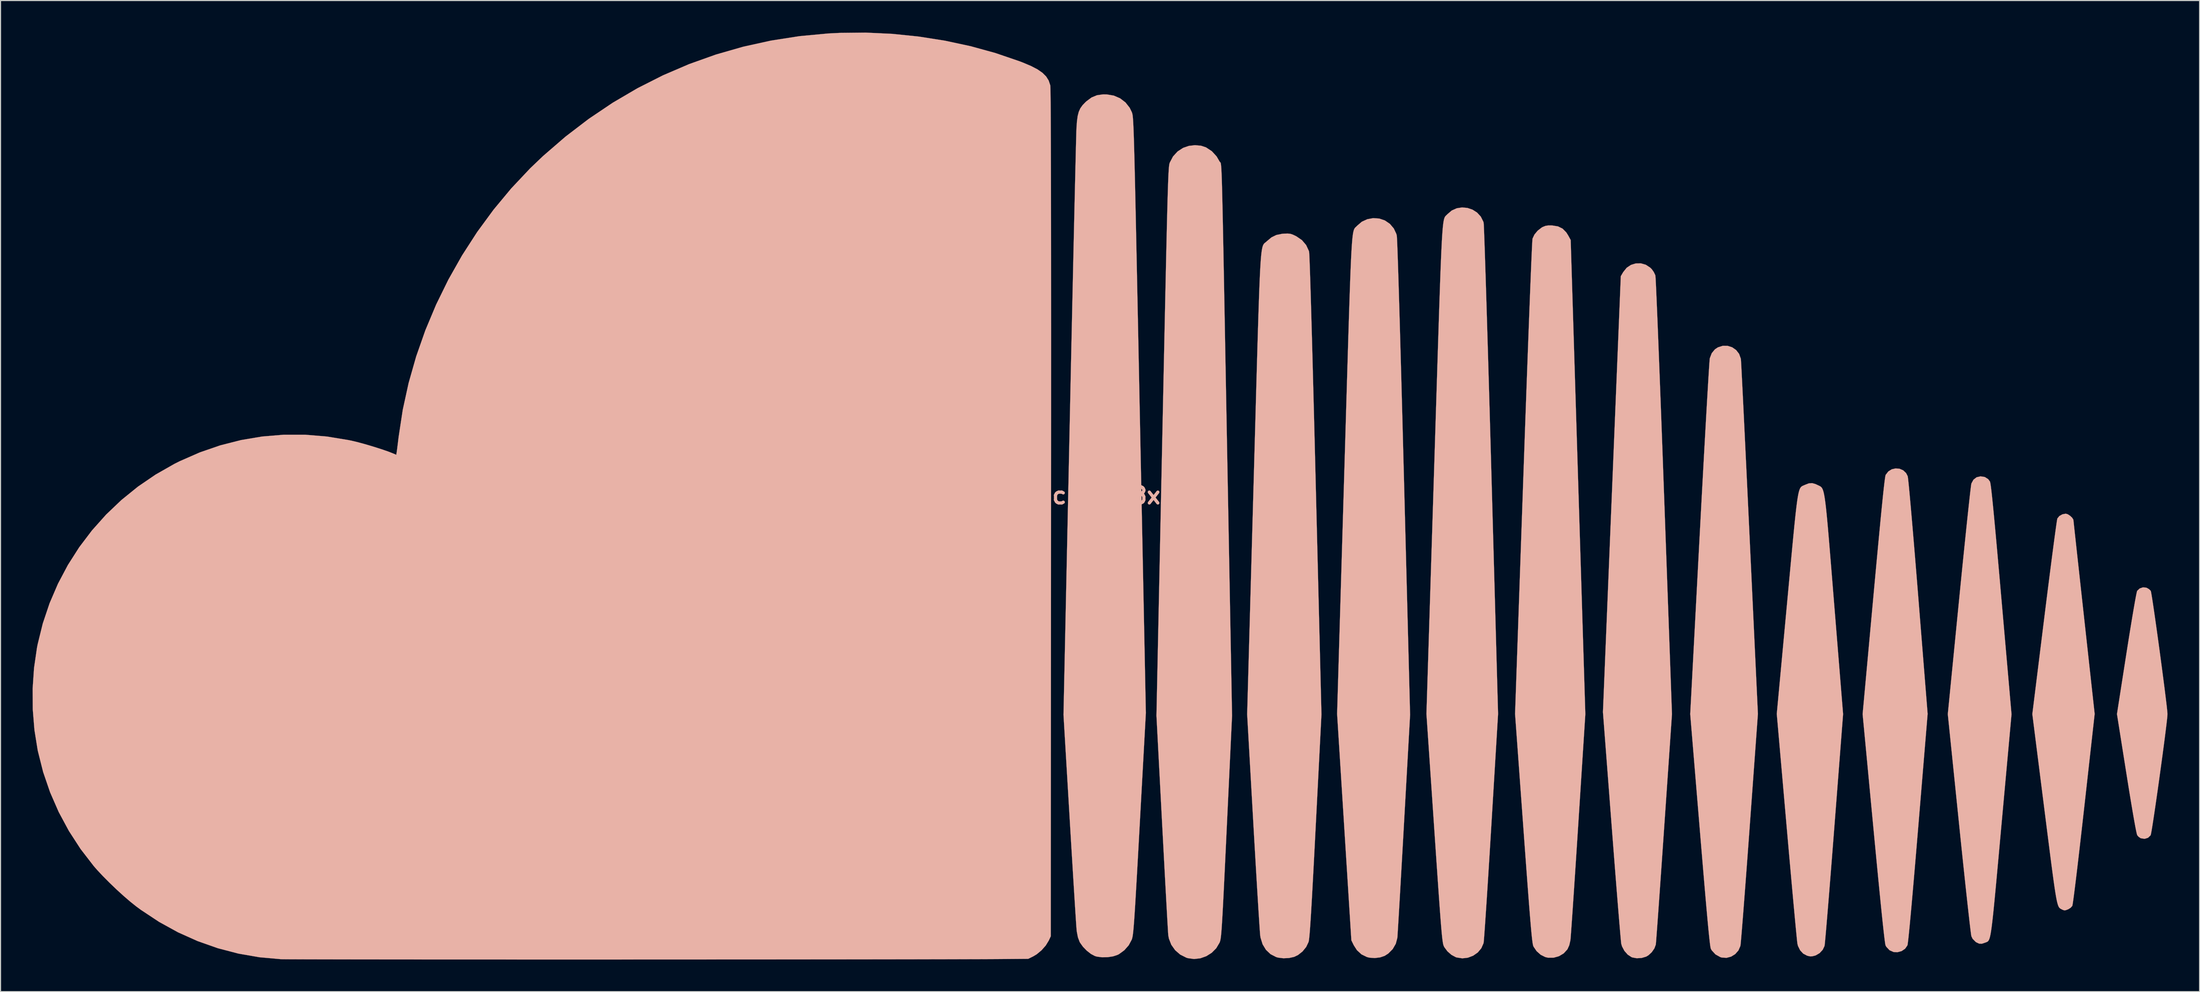
<source format=kicad_pcb>
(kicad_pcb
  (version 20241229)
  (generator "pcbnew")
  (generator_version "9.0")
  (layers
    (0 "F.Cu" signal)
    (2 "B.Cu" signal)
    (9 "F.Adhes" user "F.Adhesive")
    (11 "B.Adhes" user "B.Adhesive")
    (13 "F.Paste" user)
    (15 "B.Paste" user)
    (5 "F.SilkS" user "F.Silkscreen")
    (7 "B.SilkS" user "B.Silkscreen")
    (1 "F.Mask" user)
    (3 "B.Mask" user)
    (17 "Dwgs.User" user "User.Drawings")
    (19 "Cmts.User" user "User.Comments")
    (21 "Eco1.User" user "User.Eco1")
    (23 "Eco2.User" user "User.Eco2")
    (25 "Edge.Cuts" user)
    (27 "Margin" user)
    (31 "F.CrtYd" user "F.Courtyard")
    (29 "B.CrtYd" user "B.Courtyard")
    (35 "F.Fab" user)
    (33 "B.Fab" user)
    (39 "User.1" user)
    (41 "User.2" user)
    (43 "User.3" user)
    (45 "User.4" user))
  (footprint "soundcloud_8x20_B"
    (layer "F.Cu")
    (at 99.917 43.37)
    (property "Reference" "soundcloud_8x20_B" (at 0 0 0) (layer "B.SilkS") (effects (font (size 1.524 1.524) (thickness 0.3))))
    (attr through_hole)
    (fp_poly (pts (xy 74.833 -2.514) (xy 75.171 -2.367) (xy 75.443 -2.109) (xy 75.591 -1.818) (xy 75.613 -1.688) (xy 75.647 -1.399) (xy 75.693 -0.957) (xy 75.749 -0.372) (xy 75.815 0.349) (xy 75.891 1.196) (xy 75.975 2.161) (xy 76.067 3.236) (xy 76.166 4.413) (xy 76.272 5.683) (xy 76.383 7.037) (xy 76.499 8.467) (xy 76.58 9.481) (xy 77.458 20.444) (xy 76.57 31.151) (xy 76.425 32.878) (xy 76.291 34.468) (xy 76.167 35.916) (xy 76.054 37.221) (xy 75.952 38.38) (xy 75.86 39.388) (xy 75.78 40.244) (xy 75.711 40.945) (xy 75.655 41.487) (xy 75.61 41.868) (xy 75.578 42.085) (xy 75.566 42.131) (xy 75.351 42.442) (xy 75.026 42.663) (xy 74.637 42.77) (xy 74.27 42.752) (xy 73.895 42.588) (xy 73.601 42.278) (xy 73.522 42.144) (xy 73.495 42.032) (xy 73.456 41.775) (xy 73.405 41.371) (xy 73.341 40.819) (xy 73.264 40.115) (xy 73.174 39.257) (xy 73.071 38.244) (xy 72.954 37.073) (xy 72.823 35.741) (xy 72.679 34.247) (xy 72.52 32.588) (xy 72.387 31.19) (xy 71.373 20.469) (xy 72.387 9.388) (xy 72.546 7.654) (xy 72.692 6.083) (xy 72.824 4.671) (xy 72.943 3.411) (xy 73.049 2.299) (xy 73.144 1.329) (xy 73.228 0.496) (xy 73.3 -0.205) (xy 73.363 -0.78) (xy 73.416 -1.234) (xy 73.46 -1.572) (xy 73.495 -1.8) (xy 73.522 -1.922) (xy 73.529 -1.94) (xy 73.777 -2.262) (xy 74.1 -2.463) (xy 74.464 -2.546) (xy 74.833 -2.514)) (stroke (width 0.01) (type solid)) (fill yes) (layer "B.SilkS"))
    (fp_poly (pts (xy 51.081 -21.621) (xy 51.497 -21.348) (xy 51.642 -21.202) (xy 51.823 -20.946) (xy 51.957 -20.669) (xy 51.976 -20.611) (xy 51.987 -20.499) (xy 52.003 -20.226) (xy 52.025 -19.798) (xy 52.052 -19.224) (xy 52.083 -18.51) (xy 52.119 -17.664) (xy 52.16 -16.693) (xy 52.204 -15.606) (xy 52.251 -14.409) (xy 52.302 -13.109) (xy 52.356 -11.715) (xy 52.413 -10.233) (xy 52.472 -8.672) (xy 52.534 -7.038) (xy 52.597 -5.339) (xy 52.662 -3.582) (xy 52.727 -1.776) (xy 52.794 0.074) (xy 52.795 0.083) (xy 53.529 20.47) (xy 52.796 31.126) (xy 52.704 32.459) (xy 52.615 33.748) (xy 52.529 34.983) (xy 52.447 36.153) (xy 52.37 37.249) (xy 52.298 38.258) (xy 52.233 39.172) (xy 52.175 39.98) (xy 52.124 40.67) (xy 52.082 41.234) (xy 52.05 41.66) (xy 52.027 41.938) (xy 52.015 42.058) (xy 52.015 42.059) (xy 51.883 42.416) (xy 51.637 42.769) (xy 51.324 43.059) (xy 51.112 43.185) (xy 50.688 43.31) (xy 50.232 43.336) (xy 49.818 43.261) (xy 49.742 43.232) (xy 49.382 42.995) (xy 49.072 42.641) (xy 48.851 42.225) (xy 48.781 41.982) (xy 48.764 41.842) (xy 48.735 41.543) (xy 48.695 41.097) (xy 48.645 40.514) (xy 48.585 39.805) (xy 48.517 38.981) (xy 48.441 38.051) (xy 48.359 37.027) (xy 48.271 35.92) (xy 48.178 34.739) (xy 48.081 33.496) (xy 47.981 32.202) (xy 47.881 30.903) (xy 47.067 20.278) (xy 48.738 -20.55) (xy 48.967 -20.941) (xy 49.289 -21.34) (xy 49.693 -21.61) (xy 50.147 -21.749) (xy 50.62 -21.754) (xy 51.081 -21.621)) (stroke (width 0.01) (type solid)) (fill yes) (layer "B.SilkS"))
    (fp_poly (pts (xy 97.938 8.628) (xy 97.966 8.639) (xy 98.186 8.769) (xy 98.342 8.924) (xy 98.369 9.032) (xy 98.416 9.291) (xy 98.48 9.685) (xy 98.558 10.195) (xy 98.648 10.806) (xy 98.748 11.5) (xy 98.856 12.261) (xy 98.969 13.071) (xy 99.085 13.914) (xy 99.202 14.773) (xy 99.317 15.63) (xy 99.428 16.47) (xy 99.533 17.274) (xy 99.63 18.026) (xy 99.715 18.709) (xy 99.788 19.307) (xy 99.846 19.801) (xy 99.885 20.177) (xy 99.905 20.415) (xy 99.907 20.468) (xy 99.895 20.654) (xy 99.863 20.983) (xy 99.811 21.437) (xy 99.742 22) (xy 99.66 22.654) (xy 99.565 23.382) (xy 99.461 24.167) (xy 99.349 24.992) (xy 99.233 25.84) (xy 99.115 26.693) (xy 98.997 27.535) (xy 98.88 28.349) (xy 98.769 29.117) (xy 98.665 29.823) (xy 98.57 30.448) (xy 98.487 30.977) (xy 98.419 31.392) (xy 98.367 31.675) (xy 98.333 31.811) (xy 98.33 31.817) (xy 98.086 32.053) (xy 97.769 32.15) (xy 97.418 32.098) (xy 97.393 32.088) (xy 97.204 31.959) (xy 97.078 31.816) (xy 97.037 31.689) (xy 96.973 31.401) (xy 96.886 30.957) (xy 96.779 30.364) (xy 96.651 29.628) (xy 96.504 28.755) (xy 96.338 27.75) (xy 96.156 26.62) (xy 96.064 26.041) (xy 95.179 20.462) (xy 96.065 14.782) (xy 96.222 13.784) (xy 96.373 12.843) (xy 96.515 11.971) (xy 96.646 11.183) (xy 96.764 10.491) (xy 96.866 9.908) (xy 96.951 9.448) (xy 97.016 9.124) (xy 97.058 8.949) (xy 97.068 8.924) (xy 97.307 8.699) (xy 97.617 8.593) (xy 97.938 8.628)) (stroke (width 0.01) (type solid)) (fill yes) (layer "B.SilkS"))
    (fp_poly (pts (xy 90.579 1.752) (xy 90.8 1.897) (xy 90.992 2.082) (xy 91.099 2.26) (xy 91.106 2.301) (xy 91.115 2.398) (xy 91.142 2.653) (xy 91.185 3.055) (xy 91.243 3.591) (xy 91.315 4.251) (xy 91.399 5.025) (xy 91.495 5.9) (xy 91.601 6.866) (xy 91.715 7.912) (xy 91.837 9.026) (xy 91.966 10.199) (xy 92.1 11.417) (xy 92.101 11.43) (xy 93.092 20.447) (xy 92.1 29.337) (xy 91.951 30.659) (xy 91.809 31.91) (xy 91.675 33.079) (xy 91.549 34.157) (xy 91.434 35.136) (xy 91.329 36.006) (xy 91.236 36.758) (xy 91.157 37.382) (xy 91.091 37.87) (xy 91.041 38.212) (xy 91.008 38.399) (xy 90.999 38.43) (xy 90.844 38.606) (xy 90.623 38.746) (xy 90.617 38.748) (xy 90.395 38.833) (xy 90.249 38.851) (xy 90.1 38.801) (xy 90.009 38.755) (xy 89.936 38.718) (xy 89.87 38.68) (xy 89.81 38.631) (xy 89.754 38.563) (xy 89.701 38.465) (xy 89.649 38.329) (xy 89.596 38.143) (xy 89.54 37.9) (xy 89.48 37.59) (xy 89.415 37.202) (xy 89.342 36.728) (xy 89.26 36.158) (xy 89.168 35.482) (xy 89.063 34.692) (xy 88.944 33.777) (xy 88.81 32.728) (xy 88.658 31.535) (xy 88.488 30.19) (xy 88.381 29.346) (xy 87.257 20.465) (xy 88.381 11.408) (xy 88.533 10.185) (xy 88.681 9.006) (xy 88.824 7.884) (xy 88.959 6.828) (xy 89.085 5.851) (xy 89.201 4.964) (xy 89.305 4.177) (xy 89.396 3.502) (xy 89.473 2.95) (xy 89.533 2.532) (xy 89.576 2.26) (xy 89.6 2.144) (xy 89.6 2.143) (xy 89.785 1.916) (xy 90.071 1.754) (xy 90.384 1.693) (xy 90.579 1.752)) (stroke (width 0.01) (type solid)) (fill yes) (layer "B.SilkS"))
    (fp_poly (pts (xy 42.305 -25.302) (xy 42.336 -25.301) (xy 42.869 -25.211) (xy 43.294 -25) (xy 43.638 -24.65) (xy 43.814 -24.37) (xy 44.049 -23.94) (xy 44.734 -1.735) (xy 45.42 20.47) (xy 44.758 30.788) (xy 44.673 32.105) (xy 44.59 33.383) (xy 44.51 34.609) (xy 44.433 35.773) (xy 44.361 36.865) (xy 44.293 37.872) (xy 44.232 38.785) (xy 44.176 39.592) (xy 44.128 40.282) (xy 44.088 40.845) (xy 44.056 41.268) (xy 44.034 41.542) (xy 44.024 41.644) (xy 43.917 42.118) (xy 43.745 42.495) (xy 43.737 42.507) (xy 43.394 42.88) (xy 42.953 43.144) (xy 42.454 43.285) (xy 41.939 43.288) (xy 41.666 43.225) (xy 41.237 43.009) (xy 40.857 42.671) (xy 40.576 42.258) (xy 40.552 42.206) (xy 40.528 42.133) (xy 40.502 42.015) (xy 40.474 41.844) (xy 40.444 41.612) (xy 40.41 41.31) (xy 40.372 40.929) (xy 40.329 40.462) (xy 40.281 39.9) (xy 40.226 39.235) (xy 40.164 38.459) (xy 40.095 37.563) (xy 40.017 36.538) (xy 39.931 35.378) (xy 39.834 34.072) (xy 39.727 32.614) (xy 39.621 31.157) (xy 38.841 20.447) (xy 39.613 -1.651) (xy 39.686 -3.714) (xy 39.756 -5.714) (xy 39.825 -7.644) (xy 39.892 -9.498) (xy 39.956 -11.27) (xy 40.018 -12.954) (xy 40.077 -14.544) (xy 40.133 -16.034) (xy 40.186 -17.417) (xy 40.235 -18.688) (xy 40.281 -19.839) (xy 40.322 -20.866) (xy 40.359 -21.762) (xy 40.392 -22.52) (xy 40.42 -23.135) (xy 40.443 -23.601) (xy 40.461 -23.911) (xy 40.473 -24.059) (xy 40.475 -24.069) (xy 40.656 -24.453) (xy 40.958 -24.816) (xy 41.334 -25.107) (xy 41.429 -25.16) (xy 41.678 -25.261) (xy 41.947 -25.305) (xy 42.305 -25.302)) (stroke (width 0.01) (type solid)) (fill yes) (layer "B.SilkS"))
    (fp_poly (pts (xy 82.807 -1.741) (xy 83.124 -1.542) (xy 83.291 -1.315) (xy 83.315 -1.236) (xy 83.344 -1.077) (xy 83.38 -0.831) (xy 83.422 -0.492) (xy 83.471 -0.052) (xy 83.528 0.494) (xy 83.594 1.155) (xy 83.669 1.935) (xy 83.754 2.844) (xy 83.85 3.886) (xy 83.957 5.069) (xy 84.075 6.4) (xy 84.207 7.885) (xy 84.351 9.532) (xy 84.367 9.712) (xy 85.31 20.482) (xy 84.363 30.9) (xy 84.22 32.467) (xy 84.093 33.874) (xy 83.978 35.131) (xy 83.876 36.245) (xy 83.784 37.225) (xy 83.702 38.081) (xy 83.629 38.82) (xy 83.563 39.452) (xy 83.502 39.986) (xy 83.447 40.43) (xy 83.395 40.792) (xy 83.346 41.083) (xy 83.298 41.31) (xy 83.25 41.482) (xy 83.2 41.608) (xy 83.148 41.697) (xy 83.093 41.758) (xy 83.032 41.798) (xy 82.966 41.828) (xy 82.892 41.855) (xy 82.842 41.875) (xy 82.529 41.976) (xy 82.276 41.967) (xy 82.012 41.843) (xy 81.949 41.801) (xy 81.668 41.515) (xy 81.552 41.272) (xy 81.53 41.146) (xy 81.492 40.863) (xy 81.439 40.432) (xy 81.372 39.865) (xy 81.294 39.172) (xy 81.204 38.364) (xy 81.104 37.451) (xy 80.995 36.445) (xy 80.879 35.356) (xy 80.756 34.195) (xy 80.628 32.972) (xy 80.496 31.698) (xy 80.394 30.703) (xy 79.345 20.47) (xy 80.395 9.833) (xy 80.527 8.502) (xy 80.655 7.213) (xy 80.78 5.978) (xy 80.9 4.807) (xy 81.013 3.71) (xy 81.118 2.698) (xy 81.215 1.781) (xy 81.302 0.97) (xy 81.378 0.275) (xy 81.442 -0.294) (xy 81.494 -0.725) (xy 81.531 -1.009) (xy 81.553 -1.135) (xy 81.553 -1.135) (xy 81.745 -1.487) (xy 82.039 -1.716) (xy 82.407 -1.803) (xy 82.807 -1.741)) (stroke (width 0.01) (type solid)) (fill yes) (layer "B.SilkS"))
    (fp_poly (pts (xy 58.739 -14.027) (xy 59.166 -13.889) (xy 59.534 -13.632) (xy 59.812 -13.275) (xy 59.97 -12.832) (xy 59.982 -12.757) (xy 59.99 -12.638) (xy 60.006 -12.358) (xy 60.03 -11.925) (xy 60.059 -11.349) (xy 60.095 -10.636) (xy 60.137 -9.797) (xy 60.185 -8.838) (xy 60.237 -7.769) (xy 60.294 -6.597) (xy 60.355 -5.332) (xy 60.42 -3.981) (xy 60.489 -2.553) (xy 60.56 -1.056) (xy 60.634 0.502) (xy 60.71 2.111) (xy 60.788 3.765) (xy 60.8 4.022) (xy 61.572 20.447) (xy 60.793 31.157) (xy 60.695 32.494) (xy 60.6 33.788) (xy 60.507 35.028) (xy 60.419 36.204) (xy 60.335 37.305) (xy 60.257 38.321) (xy 60.186 39.242) (xy 60.121 40.057) (xy 60.065 40.756) (xy 60.017 41.328) (xy 59.979 41.763) (xy 59.951 42.05) (xy 59.935 42.179) (xy 59.934 42.181) (xy 59.749 42.606) (xy 59.448 42.947) (xy 59.066 43.184) (xy 58.636 43.298) (xy 58.193 43.271) (xy 58.052 43.229) (xy 57.602 42.978) (xy 57.256 42.605) (xy 57.171 42.46) (xy 57.147 42.383) (xy 57.119 42.227) (xy 57.085 41.986) (xy 57.046 41.653) (xy 56.999 41.222) (xy 56.945 40.685) (xy 56.883 40.036) (xy 56.813 39.267) (xy 56.733 38.373) (xy 56.643 37.346) (xy 56.543 36.178) (xy 56.432 34.865) (xy 56.309 33.398) (xy 56.173 31.77) (xy 56.137 31.338) (xy 55.236 20.469) (xy 56.107 3.991) (xy 56.196 2.328) (xy 56.282 0.709) (xy 56.367 -0.861) (xy 56.449 -2.371) (xy 56.528 -3.814) (xy 56.604 -5.181) (xy 56.676 -6.464) (xy 56.743 -7.655) (xy 56.805 -8.745) (xy 56.863 -9.725) (xy 56.914 -10.589) (xy 56.959 -11.326) (xy 56.997 -11.93) (xy 57.028 -12.39) (xy 57.051 -12.7) (xy 57.066 -12.851) (xy 57.067 -12.86) (xy 57.251 -13.341) (xy 57.549 -13.701) (xy 57.831 -13.887) (xy 58.284 -14.032) (xy 58.739 -14.027)) (stroke (width 0.01) (type solid)) (fill yes) (layer "B.SilkS"))
    (fp_poly (pts (xy 26.129 -25.951) (xy 26.656 -25.772) (xy 27.125 -25.451) (xy 27.492 -25.019) (xy 27.73 -24.513) (xy 27.77 -24.357) (xy 27.782 -24.226) (xy 27.798 -23.93) (xy 27.818 -23.473) (xy 27.841 -22.859) (xy 27.868 -22.092) (xy 27.898 -21.176) (xy 27.932 -20.115) (xy 27.968 -18.914) (xy 28.008 -17.576) (xy 28.051 -16.105) (xy 28.096 -14.505) (xy 28.144 -12.781) (xy 28.195 -10.937) (xy 28.248 -8.977) (xy 28.304 -6.904) (xy 28.361 -4.723) (xy 28.421 -2.438) (xy 28.441 -1.693) (xy 29.017 20.532) (xy 28.443 30.776) (xy 28.37 32.086) (xy 28.298 33.354) (xy 28.229 34.569) (xy 28.163 35.72) (xy 28.102 36.796) (xy 28.045 37.788) (xy 27.992 38.683) (xy 27.946 39.471) (xy 27.906 40.141) (xy 27.873 40.682) (xy 27.848 41.084) (xy 27.831 41.336) (xy 27.825 41.419) (xy 27.68 41.976) (xy 27.389 42.478) (xy 26.976 42.894) (xy 26.634 43.112) (xy 26.209 43.257) (xy 25.712 43.316) (xy 25.217 43.283) (xy 24.977 43.224) (xy 24.464 42.972) (xy 24.039 42.58) (xy 23.745 42.121) (xy 23.519 41.658) (xy 22.852 31.053) (xy 22.184 20.447) (xy 22.85 -1.947) (xy 22.919 -4.27) (xy 22.983 -6.43) (xy 23.042 -8.432) (xy 23.097 -10.283) (xy 23.148 -11.99) (xy 23.195 -13.557) (xy 23.238 -14.992) (xy 23.279 -16.299) (xy 23.317 -17.486) (xy 23.352 -18.558) (xy 23.386 -19.522) (xy 23.417 -20.383) (xy 23.447 -21.147) (xy 23.476 -21.821) (xy 23.503 -22.411) (xy 23.531 -22.922) (xy 23.558 -23.36) (xy 23.585 -23.733) (xy 23.612 -24.046) (xy 23.64 -24.304) (xy 23.669 -24.514) (xy 23.7 -24.682) (xy 23.732 -24.815) (xy 23.766 -24.917) (xy 23.802 -24.996) (xy 23.841 -25.057) (xy 23.883 -25.106) (xy 23.928 -25.149) (xy 23.977 -25.193) (xy 24.029 -25.244) (xy 24.066 -25.283) (xy 24.494 -25.649) (xy 25.004 -25.886) (xy 25.561 -25.989) (xy 26.129 -25.951)) (stroke (width 0.01) (type solid)) (fill yes) (layer "B.SilkS"))
    (fp_poly (pts (xy 66.975 -1.074) (xy 67.144 -0.995) (xy 67.244 -0.948) (xy 67.334 -0.906) (xy 67.414 -0.862) (xy 67.487 -0.807) (xy 67.554 -0.731) (xy 67.615 -0.626) (xy 67.672 -0.483) (xy 67.726 -0.294) (xy 67.778 -0.048) (xy 67.83 0.261) (xy 67.883 0.644) (xy 67.939 1.108) (xy 67.997 1.663) (xy 68.06 2.318) (xy 68.129 3.081) (xy 68.204 3.961) (xy 68.288 4.967) (xy 68.382 6.107) (xy 68.486 7.391) (xy 68.602 8.828) (xy 68.714 10.213) (xy 69.545 20.469) (xy 68.717 31.168) (xy 68.613 32.504) (xy 68.512 33.797) (xy 68.414 35.036) (xy 68.32 36.211) (xy 68.232 37.311) (xy 68.149 38.327) (xy 68.073 39.247) (xy 68.005 40.061) (xy 67.946 40.759) (xy 67.895 41.33) (xy 67.855 41.764) (xy 67.826 42.051) (xy 67.81 42.179) (xy 67.809 42.181) (xy 67.639 42.541) (xy 67.351 42.852) (xy 66.995 43.062) (xy 66.904 43.092) (xy 66.66 43.153) (xy 66.487 43.165) (xy 66.293 43.126) (xy 66.165 43.09) (xy 65.814 42.905) (xy 65.523 42.592) (xy 65.323 42.187) (xy 65.272 41.989) (xy 65.253 41.848) (xy 65.221 41.549) (xy 65.177 41.102) (xy 65.12 40.519) (xy 65.053 39.81) (xy 64.977 38.985) (xy 64.891 38.056) (xy 64.798 37.034) (xy 64.698 35.928) (xy 64.593 34.75) (xy 64.482 33.51) (xy 64.368 32.219) (xy 64.26 30.988) (xy 63.337 20.447) (xy 64.299 10.098) (xy 64.445 8.528) (xy 64.576 7.118) (xy 64.693 5.859) (xy 64.798 4.741) (xy 64.892 3.758) (xy 64.976 2.898) (xy 65.052 2.155) (xy 65.121 1.519) (xy 65.184 0.981) (xy 65.243 0.532) (xy 65.299 0.164) (xy 65.353 -0.132) (xy 65.407 -0.365) (xy 65.462 -0.543) (xy 65.519 -0.676) (xy 65.58 -0.773) (xy 65.646 -0.841) (xy 65.718 -0.89) (xy 65.798 -0.929) (xy 65.887 -0.966) (xy 65.985 -1.01) (xy 66.341 -1.147) (xy 66.647 -1.169) (xy 66.975 -1.074)) (stroke (width 0.01) (type solid)) (fill yes) (layer "B.SilkS"))
    (fp_poly (pts (xy 17.809 -24.52) (xy 18.047 -24.442) (xy 18.351 -24.295) (xy 18.373 -24.284) (xy 18.894 -23.927) (xy 19.287 -23.467) (xy 19.541 -22.918) (xy 19.562 -22.844) (xy 19.574 -22.722) (xy 19.59 -22.435) (xy 19.609 -21.986) (xy 19.632 -21.378) (xy 19.658 -20.616) (xy 19.687 -19.703) (xy 19.72 -18.642) (xy 19.755 -17.437) (xy 19.793 -16.092) (xy 19.835 -14.611) (xy 19.879 -12.996) (xy 19.925 -11.253) (xy 19.974 -9.383) (xy 20.026 -7.392) (xy 20.08 -5.283) (xy 20.136 -3.058) (xy 20.187 -1.003) (xy 20.721 20.498) (xy 20.186 30.929) (xy 20.103 32.542) (xy 20.028 33.993) (xy 19.959 35.292) (xy 19.897 36.445) (xy 19.842 37.461) (xy 19.791 38.348) (xy 19.746 39.114) (xy 19.705 39.767) (xy 19.668 40.314) (xy 19.635 40.765) (xy 19.605 41.126) (xy 19.577 41.405) (xy 19.552 41.612) (xy 19.528 41.753) (xy 19.512 41.816) (xy 19.291 42.28) (xy 18.946 42.703) (xy 18.521 43.037) (xy 18.164 43.208) (xy 17.682 43.315) (xy 17.157 43.338) (xy 16.665 43.278) (xy 16.478 43.225) (xy 15.951 42.951) (xy 15.525 42.548) (xy 15.211 42.031) (xy 15.019 41.412) (xy 14.99 41.233) (xy 14.974 41.067) (xy 14.95 40.743) (xy 14.917 40.273) (xy 14.878 39.667) (xy 14.831 38.938) (xy 14.779 38.095) (xy 14.721 37.152) (xy 14.659 36.118) (xy 14.593 35.005) (xy 14.524 33.824) (xy 14.452 32.588) (xy 14.378 31.306) (xy 14.335 30.541) (xy 13.765 20.485) (xy 14.368 -1.082) (xy 14.432 -3.373) (xy 14.491 -5.501) (xy 14.546 -7.473) (xy 14.596 -9.293) (xy 14.643 -10.969) (xy 14.687 -12.506) (xy 14.727 -13.911) (xy 14.765 -15.19) (xy 14.801 -16.348) (xy 14.834 -17.393) (xy 14.866 -18.33) (xy 14.896 -19.165) (xy 14.925 -19.904) (xy 14.954 -20.554) (xy 14.982 -21.121) (xy 15.01 -21.61) (xy 15.038 -22.029) (xy 15.067 -22.383) (xy 15.097 -22.678) (xy 15.129 -22.92) (xy 15.162 -23.116) (xy 15.197 -23.272) (xy 15.234 -23.394) (xy 15.274 -23.488) (xy 15.317 -23.559) (xy 15.363 -23.616) (xy 15.413 -23.662) (xy 15.467 -23.705) (xy 15.525 -23.751) (xy 15.588 -23.806) (xy 15.613 -23.83) (xy 16.041 -24.187) (xy 16.496 -24.41) (xy 17.029 -24.52) (xy 17.23 -24.536) (xy 17.562 -24.546) (xy 17.809 -24.52)) (stroke (width 0.01) (type solid)) (fill yes) (layer "B.SilkS"))
    (fp_poly (pts (xy 34.384 -26.944) (xy 34.863 -26.781) (xy 35.289 -26.508) (xy 35.635 -26.132) (xy 35.871 -25.659) (xy 35.9 -25.561) (xy 35.91 -25.451) (xy 35.924 -25.179) (xy 35.942 -24.751) (xy 35.963 -24.176) (xy 35.989 -23.459) (xy 36.018 -22.608) (xy 36.05 -21.63) (xy 36.086 -20.532) (xy 36.124 -19.32) (xy 36.165 -18.003) (xy 36.208 -16.586) (xy 36.253 -15.078) (xy 36.301 -13.484) (xy 36.35 -11.812) (xy 36.401 -10.07) (xy 36.453 -8.263) (xy 36.506 -6.399) (xy 36.56 -4.486) (xy 36.614 -2.529) (xy 36.618 -2.404) (xy 37.252 20.447) (xy 36.614 31.03) (xy 36.533 32.36) (xy 36.454 33.645) (xy 36.377 34.877) (xy 36.304 36.045) (xy 36.234 37.137) (xy 36.169 38.144) (xy 36.108 39.055) (xy 36.054 39.86) (xy 36.006 40.548) (xy 35.966 41.108) (xy 35.933 41.531) (xy 35.909 41.805) (xy 35.895 41.918) (xy 35.686 42.396) (xy 35.353 42.794) (xy 34.924 43.094) (xy 34.432 43.283) (xy 33.906 43.345) (xy 33.377 43.264) (xy 33.286 43.233) (xy 32.885 43.017) (xy 32.511 42.689) (xy 32.224 42.304) (xy 32.18 42.22) (xy 32.153 42.157) (xy 32.127 42.075) (xy 32.101 41.967) (xy 32.076 41.823) (xy 32.049 41.635) (xy 32.02 41.393) (xy 31.988 41.089) (xy 31.954 40.713) (xy 31.915 40.258) (xy 31.872 39.713) (xy 31.823 39.07) (xy 31.768 38.32) (xy 31.706 37.454) (xy 31.637 36.464) (xy 31.559 35.339) (xy 31.472 34.073) (xy 31.375 32.654) (xy 31.273 31.147) (xy 30.546 20.447) (xy 31.266 -2.498) (xy 31.34 -4.849) (xy 31.408 -7.037) (xy 31.472 -9.068) (xy 31.531 -10.947) (xy 31.585 -12.682) (xy 31.636 -14.276) (xy 31.683 -15.738) (xy 31.726 -17.072) (xy 31.767 -18.285) (xy 31.805 -19.382) (xy 31.84 -20.37) (xy 31.873 -21.255) (xy 31.905 -22.042) (xy 31.935 -22.738) (xy 31.964 -23.348) (xy 31.991 -23.878) (xy 32.019 -24.336) (xy 32.046 -24.725) (xy 32.073 -25.053) (xy 32.101 -25.326) (xy 32.129 -25.549) (xy 32.158 -25.728) (xy 32.189 -25.87) (xy 32.221 -25.98) (xy 32.255 -26.065) (xy 32.291 -26.129) (xy 32.33 -26.18) (xy 32.372 -26.224) (xy 32.417 -26.266) (xy 32.466 -26.312) (xy 32.511 -26.36) (xy 32.916 -26.704) (xy 33.382 -26.912) (xy 33.881 -26.99) (xy 34.384 -26.944)) (stroke (width 0.01) (type solid)) (fill yes) (layer "B.SilkS"))
    (fp_poly (pts (xy 0.62 -37.578) (xy 1.283 -37.466) (xy 1.876 -37.21) (xy 2.378 -36.825) (xy 2.772 -36.325) (xy 2.97 -35.917) (xy 2.987 -35.872) (xy 3.003 -35.823) (xy 3.019 -35.767) (xy 3.033 -35.697) (xy 3.048 -35.607) (xy 3.061 -35.493) (xy 3.075 -35.349) (xy 3.088 -35.17) (xy 3.102 -34.95) (xy 3.115 -34.683) (xy 3.129 -34.364) (xy 3.144 -33.987) (xy 3.159 -33.548) (xy 3.174 -33.04) (xy 3.191 -32.459) (xy 3.209 -31.798) (xy 3.228 -31.052) (xy 3.248 -30.216) (xy 3.27 -29.284) (xy 3.293 -28.251) (xy 3.318 -27.111) (xy 3.345 -25.859) (xy 3.374 -24.489) (xy 3.405 -22.996) (xy 3.439 -21.374) (xy 3.475 -19.618) (xy 3.514 -17.723) (xy 3.556 -15.682) (xy 3.6 -13.491) (xy 3.648 -11.144) (xy 3.698 -8.635) (xy 3.721 -7.535) (xy 4.285 20.362) (xy 3.715 30.736) (xy 3.63 32.285) (xy 3.553 33.673) (xy 3.484 34.911) (xy 3.422 36.007) (xy 3.366 36.97) (xy 3.317 37.811) (xy 3.273 38.537) (xy 3.233 39.159) (xy 3.198 39.684) (xy 3.165 40.123) (xy 3.136 40.485) (xy 3.109 40.779) (xy 3.083 41.013) (xy 3.058 41.198) (xy 3.033 41.342) (xy 3.007 41.455) (xy 2.981 41.545) (xy 2.964 41.592) (xy 2.684 42.117) (xy 2.275 42.582) (xy 1.776 42.947) (xy 1.65 43.014) (xy 1.227 43.157) (xy 0.716 43.236) (xy 0.185 43.246) (xy -0.296 43.184) (xy -0.485 43.129) (xy -0.856 42.933) (xy -1.245 42.628) (xy -1.601 42.263) (xy -1.873 41.882) (xy -1.916 41.804) (xy -2.075 41.382) (xy -2.179 40.845) (xy -2.2 40.652) (xy -2.215 40.472) (xy -2.239 40.134) (xy -2.271 39.65) (xy -2.311 39.033) (xy -2.358 38.293) (xy -2.411 37.442) (xy -2.47 36.492) (xy -2.534 35.455) (xy -2.601 34.341) (xy -2.673 33.164) (xy -2.747 31.934) (xy -2.823 30.664) (xy -2.849 30.226) (xy -3.425 20.532) (xy -2.852 -6.308) (xy -2.806 -8.443) (xy -2.761 -10.542) (xy -2.717 -12.598) (xy -2.673 -14.603) (xy -2.63 -16.552) (xy -2.589 -18.436) (xy -2.548 -20.25) (xy -2.51 -21.987) (xy -2.473 -23.639) (xy -2.437 -25.201) (xy -2.404 -26.665) (xy -2.372 -28.025) (xy -2.343 -29.273) (xy -2.316 -30.403) (xy -2.292 -31.409) (xy -2.271 -32.283) (xy -2.252 -33.019) (xy -2.236 -33.61) (xy -2.224 -34.049) (xy -2.215 -34.33) (xy -2.211 -34.417) (xy -2.166 -35.052) (xy -2.099 -35.552) (xy -1.997 -35.948) (xy -1.849 -36.276) (xy -1.642 -36.567) (xy -1.364 -36.855) (xy -1.272 -36.939) (xy -0.796 -37.291) (xy -0.292 -37.5) (xy 0.281 -37.582) (xy 0.62 -37.578)) (stroke (width 0.01) (type solid)) (fill yes) (layer "B.SilkS"))
    (fp_poly (pts (xy 9.441 -32.773) (xy 9.917 -32.615) (xy 10.465 -32.253) (xy 10.909 -31.768) (xy 11.161 -31.332) (xy 11.184 -31.291) (xy 11.204 -31.264) (xy 11.223 -31.246) (xy 11.241 -31.231) (xy 11.257 -31.215) (xy 11.273 -31.191) (xy 11.287 -31.154) (xy 11.301 -31.098) (xy 11.314 -31.018) (xy 11.327 -30.909) (xy 11.339 -30.765) (xy 11.352 -30.58) (xy 11.364 -30.349) (xy 11.376 -30.067) (xy 11.389 -29.728) (xy 11.402 -29.326) (xy 11.415 -28.857) (xy 11.429 -28.314) (xy 11.444 -27.692) (xy 11.46 -26.985) (xy 11.478 -26.189) (xy 11.496 -25.297) (xy 11.516 -24.305) (xy 11.538 -23.206) (xy 11.561 -21.995) (xy 11.587 -20.667) (xy 11.614 -19.216) (xy 11.643 -17.636) (xy 11.675 -15.923) (xy 11.709 -14.07) (xy 11.746 -12.073) (xy 11.786 -9.925) (xy 11.829 -7.621) (xy 11.874 -5.156) (xy 11.896 -3.979) (xy 12.353 20.616) (xy 11.861 31.03) (xy 11.788 32.576) (xy 11.722 33.962) (xy 11.663 35.197) (xy 11.61 36.29) (xy 11.563 37.251) (xy 11.52 38.088) (xy 11.482 38.812) (xy 11.448 39.43) (xy 11.417 39.952) (xy 11.389 40.388) (xy 11.363 40.746) (xy 11.339 41.036) (xy 11.315 41.267) (xy 11.292 41.447) (xy 11.269 41.587) (xy 11.245 41.695) (xy 11.22 41.78) (xy 11.193 41.852) (xy 11.183 41.876) (xy 10.874 42.396) (xy 10.45 42.823) (xy 9.943 43.142) (xy 9.381 43.342) (xy 8.794 43.408) (xy 8.212 43.327) (xy 8.07 43.282) (xy 7.5 42.994) (xy 7.025 42.582) (xy 6.664 42.072) (xy 6.438 41.49) (xy 6.382 41.185) (xy 6.372 41.048) (xy 6.353 40.752) (xy 6.327 40.31) (xy 6.293 39.731) (xy 6.254 39.026) (xy 6.208 38.208) (xy 6.158 37.286) (xy 6.102 36.271) (xy 6.043 35.175) (xy 5.981 34.009) (xy 5.916 32.783) (xy 5.848 31.508) (xy 5.805 30.692) (xy 5.276 20.616) (xy 5.815 -5.062) (xy 5.867 -7.535) (xy 5.916 -9.844) (xy 5.961 -11.996) (xy 6.004 -13.995) (xy 6.043 -15.848) (xy 6.08 -17.56) (xy 6.114 -19.136) (xy 6.146 -20.584) (xy 6.175 -21.908) (xy 6.202 -23.114) (xy 6.228 -24.207) (xy 6.251 -25.194) (xy 6.273 -26.08) (xy 6.293 -26.871) (xy 6.312 -27.573) (xy 6.33 -28.19) (xy 6.347 -28.73) (xy 6.363 -29.197) (xy 6.378 -29.598) (xy 6.393 -29.937) (xy 6.407 -30.222) (xy 6.421 -30.456) (xy 6.434 -30.647) (xy 6.448 -30.8) (xy 6.462 -30.92) (xy 6.476 -31.014) (xy 6.491 -31.086) (xy 6.507 -31.143) (xy 6.522 -31.188) (xy 6.824 -31.763) (xy 7.255 -32.234) (xy 7.77 -32.57) (xy 8.302 -32.754) (xy 8.877 -32.822) (xy 9.441 -32.773)) (stroke (width 0.01) (type solid)) (fill yes) (layer "B.SilkS"))
    (fp_poly (pts (xy -19.454 -43.25) (xy -16.981 -42.997) (xy -14.534 -42.612) (xy -12.135 -42.097) (xy -9.809 -41.457) (xy -7.577 -40.694) (xy -7.213 -40.555) (xy -6.457 -40.235) (xy -5.855 -39.92) (xy -5.39 -39.598) (xy -5.048 -39.256) (xy -4.814 -38.881) (xy -4.671 -38.459) (xy -4.66 -38.411) (xy -4.653 -38.31) (xy -4.645 -38.084) (xy -4.638 -37.729) (xy -4.632 -37.246) (xy -4.626 -36.631) (xy -4.62 -35.883) (xy -4.615 -34.999) (xy -4.611 -33.979) (xy -4.606 -32.819) (xy -4.603 -31.518) (xy -4.599 -30.075) (xy -4.596 -28.486) (xy -4.594 -26.751) (xy -4.592 -24.867) (xy -4.59 -22.833) (xy -4.589 -20.646) (xy -4.588 -18.305) (xy -4.587 -15.807) (xy -4.587 -13.151) (xy -4.588 -10.335) (xy -4.588 -7.356) (xy -4.589 -4.214) (xy -4.591 -0.905) (xy -4.592 1.651) (xy -4.614 41.275) (xy -4.799 41.674) (xy -5.082 42.138) (xy -5.477 42.586) (xy -5.93 42.964) (xy -6.255 43.158) (xy -6.731 43.392) (xy -9.525 43.413) (xy -10.03 43.416) (xy -10.682 43.419) (xy -11.472 43.422) (xy -12.395 43.424) (xy -13.443 43.427) (xy -14.609 43.43) (xy -15.885 43.432) (xy -17.266 43.435) (xy -18.743 43.437) (xy -20.31 43.439) (xy -21.959 43.441) (xy -23.684 43.443) (xy -25.478 43.444) (xy -27.332 43.446) (xy -29.241 43.448) (xy -31.197 43.449) (xy -33.193 43.45) (xy -35.222 43.451) (xy -37.277 43.452) (xy -39.351 43.453) (xy -41.437 43.454) (xy -43.527 43.454) (xy -45.615 43.455) (xy -47.693 43.455) (xy -49.755 43.455) (xy -51.793 43.455) (xy -53.8 43.455) (xy -55.769 43.454) (xy -57.694 43.454) (xy -59.567 43.453) (xy -61.38 43.453) (xy -63.127 43.452) (xy -64.802 43.451) (xy -66.395 43.45) (xy -67.902 43.448) (xy -69.314 43.447) (xy -70.624 43.445) (xy -71.826 43.443) (xy -72.912 43.441) (xy -73.875 43.439) (xy -74.708 43.437) (xy -75.404 43.434) (xy -75.957 43.432) (xy -76.358 43.429) (xy -76.601 43.426) (xy -76.666 43.424) (xy -78.673 43.245) (xy -80.648 42.902) (xy -82.582 42.396) (xy -84.47 41.73) (xy -86.305 40.907) (xy -88.079 39.929) (xy -89.787 38.798) (xy -90.209 38.487) (xy -90.767 38.042) (xy -91.396 37.5) (xy -92.059 36.896) (xy -92.719 36.262) (xy -93.342 35.635) (xy -93.89 35.049) (xy -94.19 34.704) (xy -95.423 33.105) (xy -96.519 31.412) (xy -97.473 29.638) (xy -98.278 27.794) (xy -98.929 25.893) (xy -99.419 23.946) (xy -99.444 23.826) (xy -99.744 21.954) (xy -99.9 20.026) (xy -99.912 18.078) (xy -99.781 16.143) (xy -99.507 14.257) (xy -99.444 13.934) (xy -98.963 11.979) (xy -98.327 10.084) (xy -97.542 8.256) (xy -96.615 6.505) (xy -95.551 4.836) (xy -94.357 3.26) (xy -93.039 1.783) (xy -91.603 0.414) (xy -90.055 -0.84) (xy -88.402 -1.969) (xy -86.65 -2.967) (xy -86.148 -3.219) (xy -84.266 -4.045) (xy -82.346 -4.707) (xy -80.393 -5.204) (xy -78.412 -5.536) (xy -76.409 -5.701) (xy -74.388 -5.7) (xy -72.357 -5.531) (xy -70.318 -5.195) (xy -69.935 -5.112) (xy -69.462 -4.997) (xy -68.901 -4.845) (xy -68.293 -4.668) (xy -67.681 -4.479) (xy -67.107 -4.292) (xy -66.612 -4.12) (xy -66.24 -3.974) (xy -66.238 -3.974) (xy -65.877 -3.819) (xy -65.834 -4.089) (xy -65.808 -4.274) (xy -65.768 -4.586) (xy -65.718 -4.984) (xy -65.665 -5.427) (xy -65.655 -5.503) (xy -65.27 -8.033) (xy -64.721 -10.547) (xy -64.014 -13.034) (xy -63.155 -15.484) (xy -62.149 -17.885) (xy -61.002 -20.226) (xy -59.719 -22.496) (xy -58.307 -24.685) (xy -56.77 -26.781) (xy -55.115 -28.773) (xy -53.347 -30.651) (xy -52.135 -31.809) (xy -50.035 -33.624) (xy -47.859 -35.288) (xy -45.611 -36.801) (xy -43.294 -38.16) (xy -40.911 -39.366) (xy -38.466 -40.416) (xy -35.962 -41.31) (xy -33.402 -42.045) (xy -30.79 -42.621) (xy -28.128 -43.035) (xy -25.42 -43.288) (xy -24.384 -43.34) (xy -21.929 -43.365) (xy -19.454 -43.25)) (stroke (width 0.01) (type solid)) (fill yes) (layer "B.SilkS")))
  (gr_rect
    (start -3 -3)
    (end 202.829 89.83)
    (stroke (width 0.1) (type default))
    (fill no)
    (layer "Edge.Cuts")))
</source>
